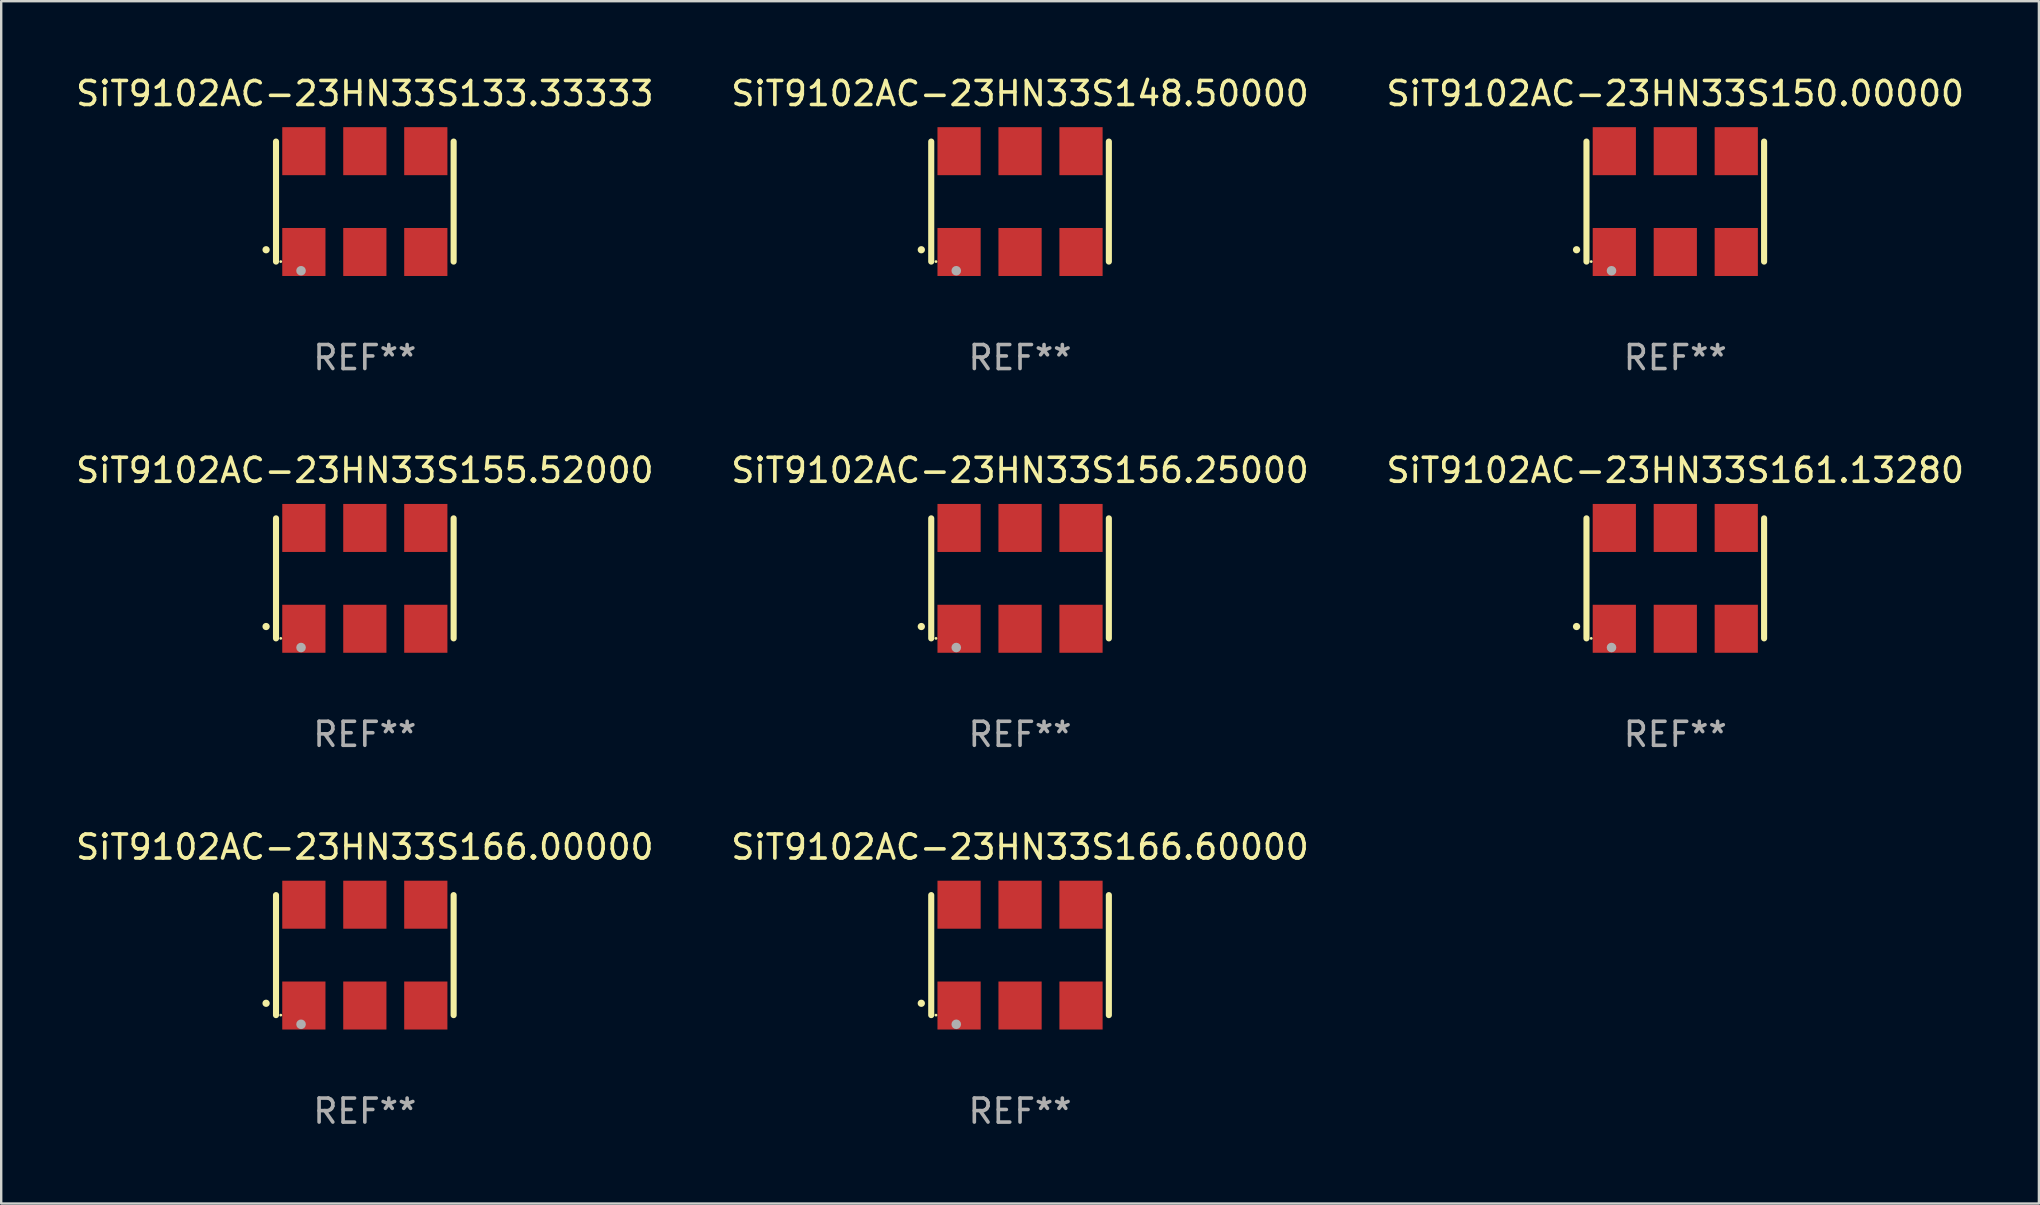
<source format=kicad_pcb>
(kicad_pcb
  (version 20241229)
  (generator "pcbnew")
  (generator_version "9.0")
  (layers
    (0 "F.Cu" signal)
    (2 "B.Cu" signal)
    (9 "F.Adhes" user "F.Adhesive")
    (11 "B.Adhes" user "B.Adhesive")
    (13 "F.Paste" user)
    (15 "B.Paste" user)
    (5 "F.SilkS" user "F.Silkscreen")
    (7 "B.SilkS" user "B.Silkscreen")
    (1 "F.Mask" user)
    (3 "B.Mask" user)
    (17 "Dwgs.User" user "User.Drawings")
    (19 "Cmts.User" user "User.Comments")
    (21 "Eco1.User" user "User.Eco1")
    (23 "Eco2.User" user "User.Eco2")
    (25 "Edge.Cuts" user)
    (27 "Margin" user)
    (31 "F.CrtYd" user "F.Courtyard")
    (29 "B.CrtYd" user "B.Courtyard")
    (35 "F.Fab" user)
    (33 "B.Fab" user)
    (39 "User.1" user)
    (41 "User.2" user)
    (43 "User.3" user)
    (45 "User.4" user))
  (footprint "SiT9102AC-23HN33S150.00000"
    (layer "F.Cu")
    (at 66.744 5.348)
    (property "Reference" "SiT9102AC-23HN33S150.00000" (at 0 -4.5 0) (layer "F.SilkS") (effects (font (size 1 1) (thickness 0.15))))
    (attr through_hole)
    (fp_line (start -3.7 -2.5) (end -3.7 2.5) (stroke (width 0.254) (type solid)) (layer "F.SilkS"))
    (fp_line (start 3.7 -2.5) (end 3.7 2.5) (stroke (width 0.254) (type solid)) (layer "F.SilkS"))
    (fp_arc (start -4.114415 2.006604) (mid -4.113145 2.006599) (end -4.111875 2.006604) (stroke (width 0.3) (type solid)) (layer "F.SilkS"))
    (fp_circle (center -3.502 2.5) (end -3.472 2.5) (stroke (width 0.06) (type solid)) (fill no) (layer "F.SilkS"))
    (fp_circle (center -2.657 2.882) (end -2.557 2.882) (stroke (width 0.2) (type solid)) (fill no) (layer "F.Fab"))
    (fp_text user "REF**" (at 0 6.5 0) (layer "F.Fab") (effects (font (size 1 1) (thickness 0.15))))
    (pad "1" smd rect (at -2.54 2.1) (size 1.8 2) (layers "F.Cu" "F.Mask" "F.Paste"))
    (pad "2" smd rect (at 0.000394 2.1) (size 1.8 2) (layers "F.Cu" "F.Mask" "F.Paste"))
    (pad "3" smd rect (at 2.54 2.1) (size 1.8 2) (layers "F.Cu" "F.Mask" "F.Paste"))
    (pad "4" smd rect (at 2.54 -2.1) (size 1.8 2) (layers "F.Cu" "F.Mask" "F.Paste"))
    (pad "5" smd rect (at 0.000394 -2.1) (size 1.8 2) (layers "F.Cu" "F.Mask" "F.Paste"))
    (pad "6" smd rect (at -2.54 -2.1) (size 1.8 2) (layers "F.Cu" "F.Mask" "F.Paste")))
  (footprint "SiT9102AC-23HN33S148.50000"
    (layer "F.Cu")
    (at 39.446 5.348)
    (property "Reference" "SiT9102AC-23HN33S148.50000" (at 0 -4.5 0) (layer "F.SilkS") (effects (font (size 1 1) (thickness 0.15))))
    (attr through_hole)
    (fp_line (start -3.7 -2.5) (end -3.7 2.5) (stroke (width 0.254) (type solid)) (layer "F.SilkS"))
    (fp_line (start 3.7 -2.5) (end 3.7 2.5) (stroke (width 0.254) (type solid)) (layer "F.SilkS"))
    (fp_arc (start -4.114415 2.006604) (mid -4.113145 2.006599) (end -4.111875 2.006604) (stroke (width 0.3) (type solid)) (layer "F.SilkS"))
    (fp_circle (center -3.502 2.5) (end -3.472 2.5) (stroke (width 0.06) (type solid)) (fill no) (layer "F.SilkS"))
    (fp_circle (center -2.657 2.882) (end -2.557 2.882) (stroke (width 0.2) (type solid)) (fill no) (layer "F.Fab"))
    (fp_text user "REF**" (at 0 6.5 0) (layer "F.Fab") (effects (font (size 1 1) (thickness 0.15))))
    (pad "1" smd rect (at -2.54 2.1) (size 1.8 2) (layers "F.Cu" "F.Mask" "F.Paste"))
    (pad "2" smd rect (at 0.000394 2.1) (size 1.8 2) (layers "F.Cu" "F.Mask" "F.Paste"))
    (pad "3" smd rect (at 2.54 2.1) (size 1.8 2) (layers "F.Cu" "F.Mask" "F.Paste"))
    (pad "4" smd rect (at 2.54 -2.1) (size 1.8 2) (layers "F.Cu" "F.Mask" "F.Paste"))
    (pad "5" smd rect (at 0.000394 -2.1) (size 1.8 2) (layers "F.Cu" "F.Mask" "F.Paste"))
    (pad "6" smd rect (at -2.54 -2.1) (size 1.8 2) (layers "F.Cu" "F.Mask" "F.Paste")))
  (footprint "SiT9102AC-23HN33S166.60000"
    (layer "F.Cu")
    (at 39.446 36.741)
    (property "Reference" "SiT9102AC-23HN33S166.60000" (at 0 -4.5 0) (layer "F.SilkS") (effects (font (size 1 1) (thickness 0.15))))
    (attr through_hole)
    (fp_line (start -3.7 -2.5) (end -3.7 2.5) (stroke (width 0.254) (type solid)) (layer "F.SilkS"))
    (fp_line (start 3.7 -2.5) (end 3.7 2.5) (stroke (width 0.254) (type solid)) (layer "F.SilkS"))
    (fp_arc (start -4.114415 2.006604) (mid -4.113145 2.006599) (end -4.111875 2.006604) (stroke (width 0.3) (type solid)) (layer "F.SilkS"))
    (fp_circle (center -3.502 2.5) (end -3.472 2.5) (stroke (width 0.06) (type solid)) (fill no) (layer "F.SilkS"))
    (fp_circle (center -2.657 2.882) (end -2.557 2.882) (stroke (width 0.2) (type solid)) (fill no) (layer "F.Fab"))
    (fp_text user "REF**" (at 0 6.5 0) (layer "F.Fab") (effects (font (size 1 1) (thickness 0.15))))
    (pad "1" smd rect (at -2.54 2.1) (size 1.8 2) (layers "F.Cu" "F.Mask" "F.Paste"))
    (pad "2" smd rect (at 0.000394 2.1) (size 1.8 2) (layers "F.Cu" "F.Mask" "F.Paste"))
    (pad "3" smd rect (at 2.54 2.1) (size 1.8 2) (layers "F.Cu" "F.Mask" "F.Paste"))
    (pad "4" smd rect (at 2.54 -2.1) (size 1.8 2) (layers "F.Cu" "F.Mask" "F.Paste"))
    (pad "5" smd rect (at 0.000394 -2.1) (size 1.8 2) (layers "F.Cu" "F.Mask" "F.Paste"))
    (pad "6" smd rect (at -2.54 -2.1) (size 1.8 2) (layers "F.Cu" "F.Mask" "F.Paste")))
  (footprint "SiT9102AC-23HN33S166.00000"
    (layer "F.Cu")
    (at 12.149 36.741)
    (property "Reference" "SiT9102AC-23HN33S166.00000" (at 0 -4.5 0) (layer "F.SilkS") (effects (font (size 1 1) (thickness 0.15))))
    (attr through_hole)
    (fp_line (start -3.7 -2.5) (end -3.7 2.5) (stroke (width 0.254) (type solid)) (layer "F.SilkS"))
    (fp_line (start 3.7 -2.5) (end 3.7 2.5) (stroke (width 0.254) (type solid)) (layer "F.SilkS"))
    (fp_arc (start -4.114415 2.006604) (mid -4.113145 2.006599) (end -4.111875 2.006604) (stroke (width 0.3) (type solid)) (layer "F.SilkS"))
    (fp_circle (center -3.502 2.5) (end -3.472 2.5) (stroke (width 0.06) (type solid)) (fill no) (layer "F.SilkS"))
    (fp_circle (center -2.657 2.882) (end -2.557 2.882) (stroke (width 0.2) (type solid)) (fill no) (layer "F.Fab"))
    (fp_text user "REF**" (at 0 6.5 0) (layer "F.Fab") (effects (font (size 1 1) (thickness 0.15))))
    (pad "1" smd rect (at -2.54 2.1) (size 1.8 2) (layers "F.Cu" "F.Mask" "F.Paste"))
    (pad "2" smd rect (at 0.000394 2.1) (size 1.8 2) (layers "F.Cu" "F.Mask" "F.Paste"))
    (pad "3" smd rect (at 2.54 2.1) (size 1.8 2) (layers "F.Cu" "F.Mask" "F.Paste"))
    (pad "4" smd rect (at 2.54 -2.1) (size 1.8 2) (layers "F.Cu" "F.Mask" "F.Paste"))
    (pad "5" smd rect (at 0.000394 -2.1) (size 1.8 2) (layers "F.Cu" "F.Mask" "F.Paste"))
    (pad "6" smd rect (at -2.54 -2.1) (size 1.8 2) (layers "F.Cu" "F.Mask" "F.Paste")))
  (footprint "SiT9102AC-23HN33S161.13280"
    (layer "F.Cu")
    (at 66.744 21.045)
    (property "Reference" "SiT9102AC-23HN33S161.13280" (at 0 -4.5 0) (layer "F.SilkS") (effects (font (size 1 1) (thickness 0.15))))
    (attr through_hole)
    (fp_line (start -3.7 -2.5) (end -3.7 2.5) (stroke (width 0.254) (type solid)) (layer "F.SilkS"))
    (fp_line (start 3.7 -2.5) (end 3.7 2.5) (stroke (width 0.254) (type solid)) (layer "F.SilkS"))
    (fp_arc (start -4.114415 2.006604) (mid -4.113145 2.006599) (end -4.111875 2.006604) (stroke (width 0.3) (type solid)) (layer "F.SilkS"))
    (fp_circle (center -3.502 2.5) (end -3.472 2.5) (stroke (width 0.06) (type solid)) (fill no) (layer "F.SilkS"))
    (fp_circle (center -2.657 2.882) (end -2.557 2.882) (stroke (width 0.2) (type solid)) (fill no) (layer "F.Fab"))
    (fp_text user "REF**" (at 0 6.5 0) (layer "F.Fab") (effects (font (size 1 1) (thickness 0.15))))
    (pad "1" smd rect (at -2.54 2.1) (size 1.8 2) (layers "F.Cu" "F.Mask" "F.Paste"))
    (pad "2" smd rect (at 0.000394 2.1) (size 1.8 2) (layers "F.Cu" "F.Mask" "F.Paste"))
    (pad "3" smd rect (at 2.54 2.1) (size 1.8 2) (layers "F.Cu" "F.Mask" "F.Paste"))
    (pad "4" smd rect (at 2.54 -2.1) (size 1.8 2) (layers "F.Cu" "F.Mask" "F.Paste"))
    (pad "5" smd rect (at 0.000394 -2.1) (size 1.8 2) (layers "F.Cu" "F.Mask" "F.Paste"))
    (pad "6" smd rect (at -2.54 -2.1) (size 1.8 2) (layers "F.Cu" "F.Mask" "F.Paste")))
  (footprint "SiT9102AC-23HN33S156.25000"
    (layer "F.Cu")
    (at 39.446 21.045)
    (property "Reference" "SiT9102AC-23HN33S156.25000" (at 0 -4.5 0) (layer "F.SilkS") (effects (font (size 1 1) (thickness 0.15))))
    (attr through_hole)
    (fp_line (start -3.7 -2.5) (end -3.7 2.5) (stroke (width 0.254) (type solid)) (layer "F.SilkS"))
    (fp_line (start 3.7 -2.5) (end 3.7 2.5) (stroke (width 0.254) (type solid)) (layer "F.SilkS"))
    (fp_arc (start -4.114415 2.006604) (mid -4.113145 2.006599) (end -4.111875 2.006604) (stroke (width 0.3) (type solid)) (layer "F.SilkS"))
    (fp_circle (center -3.502 2.5) (end -3.472 2.5) (stroke (width 0.06) (type solid)) (fill no) (layer "F.SilkS"))
    (fp_circle (center -2.657 2.882) (end -2.557 2.882) (stroke (width 0.2) (type solid)) (fill no) (layer "F.Fab"))
    (fp_text user "REF**" (at 0 6.5 0) (layer "F.Fab") (effects (font (size 1 1) (thickness 0.15))))
    (pad "1" smd rect (at -2.54 2.1) (size 1.8 2) (layers "F.Cu" "F.Mask" "F.Paste"))
    (pad "2" smd rect (at 0.000394 2.1) (size 1.8 2) (layers "F.Cu" "F.Mask" "F.Paste"))
    (pad "3" smd rect (at 2.54 2.1) (size 1.8 2) (layers "F.Cu" "F.Mask" "F.Paste"))
    (pad "4" smd rect (at 2.54 -2.1) (size 1.8 2) (layers "F.Cu" "F.Mask" "F.Paste"))
    (pad "5" smd rect (at 0.000394 -2.1) (size 1.8 2) (layers "F.Cu" "F.Mask" "F.Paste"))
    (pad "6" smd rect (at -2.54 -2.1) (size 1.8 2) (layers "F.Cu" "F.Mask" "F.Paste")))
  (footprint "SiT9102AC-23HN33S155.52000"
    (layer "F.Cu")
    (at 12.149 21.045)
    (property "Reference" "SiT9102AC-23HN33S155.52000" (at 0 -4.5 0) (layer "F.SilkS") (effects (font (size 1 1) (thickness 0.15))))
    (attr through_hole)
    (fp_line (start -3.7 -2.5) (end -3.7 2.5) (stroke (width 0.254) (type solid)) (layer "F.SilkS"))
    (fp_line (start 3.7 -2.5) (end 3.7 2.5) (stroke (width 0.254) (type solid)) (layer "F.SilkS"))
    (fp_arc (start -4.114415 2.006604) (mid -4.113145 2.006599) (end -4.111875 2.006604) (stroke (width 0.3) (type solid)) (layer "F.SilkS"))
    (fp_circle (center -3.502 2.5) (end -3.472 2.5) (stroke (width 0.06) (type solid)) (fill no) (layer "F.SilkS"))
    (fp_circle (center -2.657 2.882) (end -2.557 2.882) (stroke (width 0.2) (type solid)) (fill no) (layer "F.Fab"))
    (fp_text user "REF**" (at 0 6.5 0) (layer "F.Fab") (effects (font (size 1 1) (thickness 0.15))))
    (pad "1" smd rect (at -2.54 2.1) (size 1.8 2) (layers "F.Cu" "F.Mask" "F.Paste"))
    (pad "2" smd rect (at 0.000394 2.1) (size 1.8 2) (layers "F.Cu" "F.Mask" "F.Paste"))
    (pad "3" smd rect (at 2.54 2.1) (size 1.8 2) (layers "F.Cu" "F.Mask" "F.Paste"))
    (pad "4" smd rect (at 2.54 -2.1) (size 1.8 2) (layers "F.Cu" "F.Mask" "F.Paste"))
    (pad "5" smd rect (at 0.000394 -2.1) (size 1.8 2) (layers "F.Cu" "F.Mask" "F.Paste"))
    (pad "6" smd rect (at -2.54 -2.1) (size 1.8 2) (layers "F.Cu" "F.Mask" "F.Paste")))
  (footprint "SiT9102AC-23HN33S133.33333"
    (layer "F.Cu")
    (at 12.149 5.348)
    (property "Reference" "SiT9102AC-23HN33S133.33333" (at 0 -4.5 0) (layer "F.SilkS") (effects (font (size 1 1) (thickness 0.15))))
    (attr through_hole)
    (fp_line (start -3.7 -2.5) (end -3.7 2.5) (stroke (width 0.254) (type solid)) (layer "F.SilkS"))
    (fp_line (start 3.7 -2.5) (end 3.7 2.5) (stroke (width 0.254) (type solid)) (layer "F.SilkS"))
    (fp_arc (start -4.114415 2.006604) (mid -4.113145 2.006599) (end -4.111875 2.006604) (stroke (width 0.3) (type solid)) (layer "F.SilkS"))
    (fp_circle (center -3.502 2.5) (end -3.472 2.5) (stroke (width 0.06) (type solid)) (fill no) (layer "F.SilkS"))
    (fp_circle (center -2.657 2.882) (end -2.557 2.882) (stroke (width 0.2) (type solid)) (fill no) (layer "F.Fab"))
    (fp_text user "REF**" (at 0 6.5 0) (layer "F.Fab") (effects (font (size 1 1) (thickness 0.15))))
    (pad "1" smd rect (at -2.54 2.1) (size 1.8 2) (layers "F.Cu" "F.Mask" "F.Paste"))
    (pad "2" smd rect (at 0.000394 2.1) (size 1.8 2) (layers "F.Cu" "F.Mask" "F.Paste"))
    (pad "3" smd rect (at 2.54 2.1) (size 1.8 2) (layers "F.Cu" "F.Mask" "F.Paste"))
    (pad "4" smd rect (at 2.54 -2.1) (size 1.8 2) (layers "F.Cu" "F.Mask" "F.Paste"))
    (pad "5" smd rect (at 0.000394 -2.1) (size 1.8 2) (layers "F.Cu" "F.Mask" "F.Paste"))
    (pad "6" smd rect (at -2.54 -2.1) (size 1.8 2) (layers "F.Cu" "F.Mask" "F.Paste")))
  (gr_rect
    (start -3 -3)
    (end 81.893 47.09)
    (stroke (width 0.1) (type default))
    (fill no)
    (layer "Edge.Cuts")))
</source>
